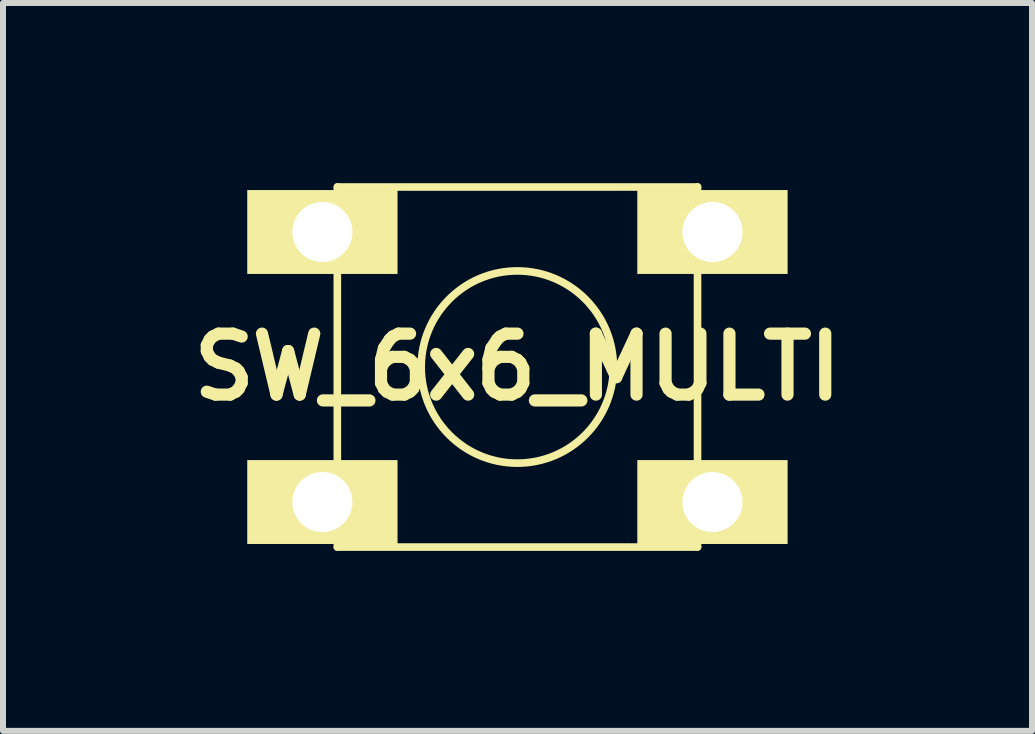
<source format=kicad_pcb>
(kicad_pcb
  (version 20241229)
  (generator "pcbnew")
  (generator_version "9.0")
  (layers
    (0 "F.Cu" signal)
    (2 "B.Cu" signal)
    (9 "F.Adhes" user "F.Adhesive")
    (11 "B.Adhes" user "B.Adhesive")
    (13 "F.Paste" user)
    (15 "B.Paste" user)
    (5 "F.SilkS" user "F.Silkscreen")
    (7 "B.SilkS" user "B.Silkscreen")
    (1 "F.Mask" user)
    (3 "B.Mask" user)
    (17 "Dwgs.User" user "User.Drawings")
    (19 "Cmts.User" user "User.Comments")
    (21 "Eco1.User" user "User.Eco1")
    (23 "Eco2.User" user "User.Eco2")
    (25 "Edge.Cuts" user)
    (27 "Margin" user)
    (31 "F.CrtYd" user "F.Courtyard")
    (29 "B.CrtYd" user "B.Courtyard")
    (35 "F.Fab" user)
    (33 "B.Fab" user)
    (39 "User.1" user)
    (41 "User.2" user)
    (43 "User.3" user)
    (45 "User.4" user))
  (footprint "SW_6x6_MULTI"
    (layer "F.Cu")
    (at 5.573 3.066)
    (property "Reference" "SW_6x6_MULTI" (at 0 0 0) (layer "F.SilkS") (effects (font (size 1.016 1.016) (thickness 0.203))))
    (attr through_hole)
    (fp_line (start -3.002 -3) (end -3.002 3) (stroke (width 0.127) (type solid)) (layer "F.SilkS"))
    (fp_line (start -3 3) (end 3 3) (stroke (width 0.127) (type solid)) (layer "F.SilkS"))
    (fp_line (start 3 -3) (end -3 -3) (stroke (width 0.127) (type solid)) (layer "F.SilkS"))
    (fp_line (start 3 2.997) (end 3 -3.002) (stroke (width 0.127) (type solid)) (layer "F.SilkS"))
    (fp_circle (center -0.003 0) (end 0.998 1.25) (stroke (width 0.127) (type solid)) (fill no) (layer "F.SilkS"))
    (pad "1" thru_hole rect (at -3.251 -2.25) (size 2.499 1.397) (drill 1.001) (layers "*.Cu" "*.Mask" "F.SilkS"))
    (pad "1" thru_hole rect (at 3.249 -2.25) (size 2.499 1.397) (drill 1.001) (layers "*.Cu" "*.Mask" "F.SilkS"))
    (pad "2" thru_hole rect (at -3.251 2.25) (size 2.499 1.397) (drill 1.001) (layers "*.Cu" "*.Mask" "F.SilkS"))
    (pad "2" thru_hole rect (at 3.249 2.25) (size 2.499 1.397) (drill 1.001) (layers "*.Cu" "*.Mask" "F.SilkS")))
  (gr_rect
    (start -3 -3)
    (end 14.147 9.129)
    (stroke (width 0.1) (type default))
    (fill no)
    (layer "Edge.Cuts")))
</source>
